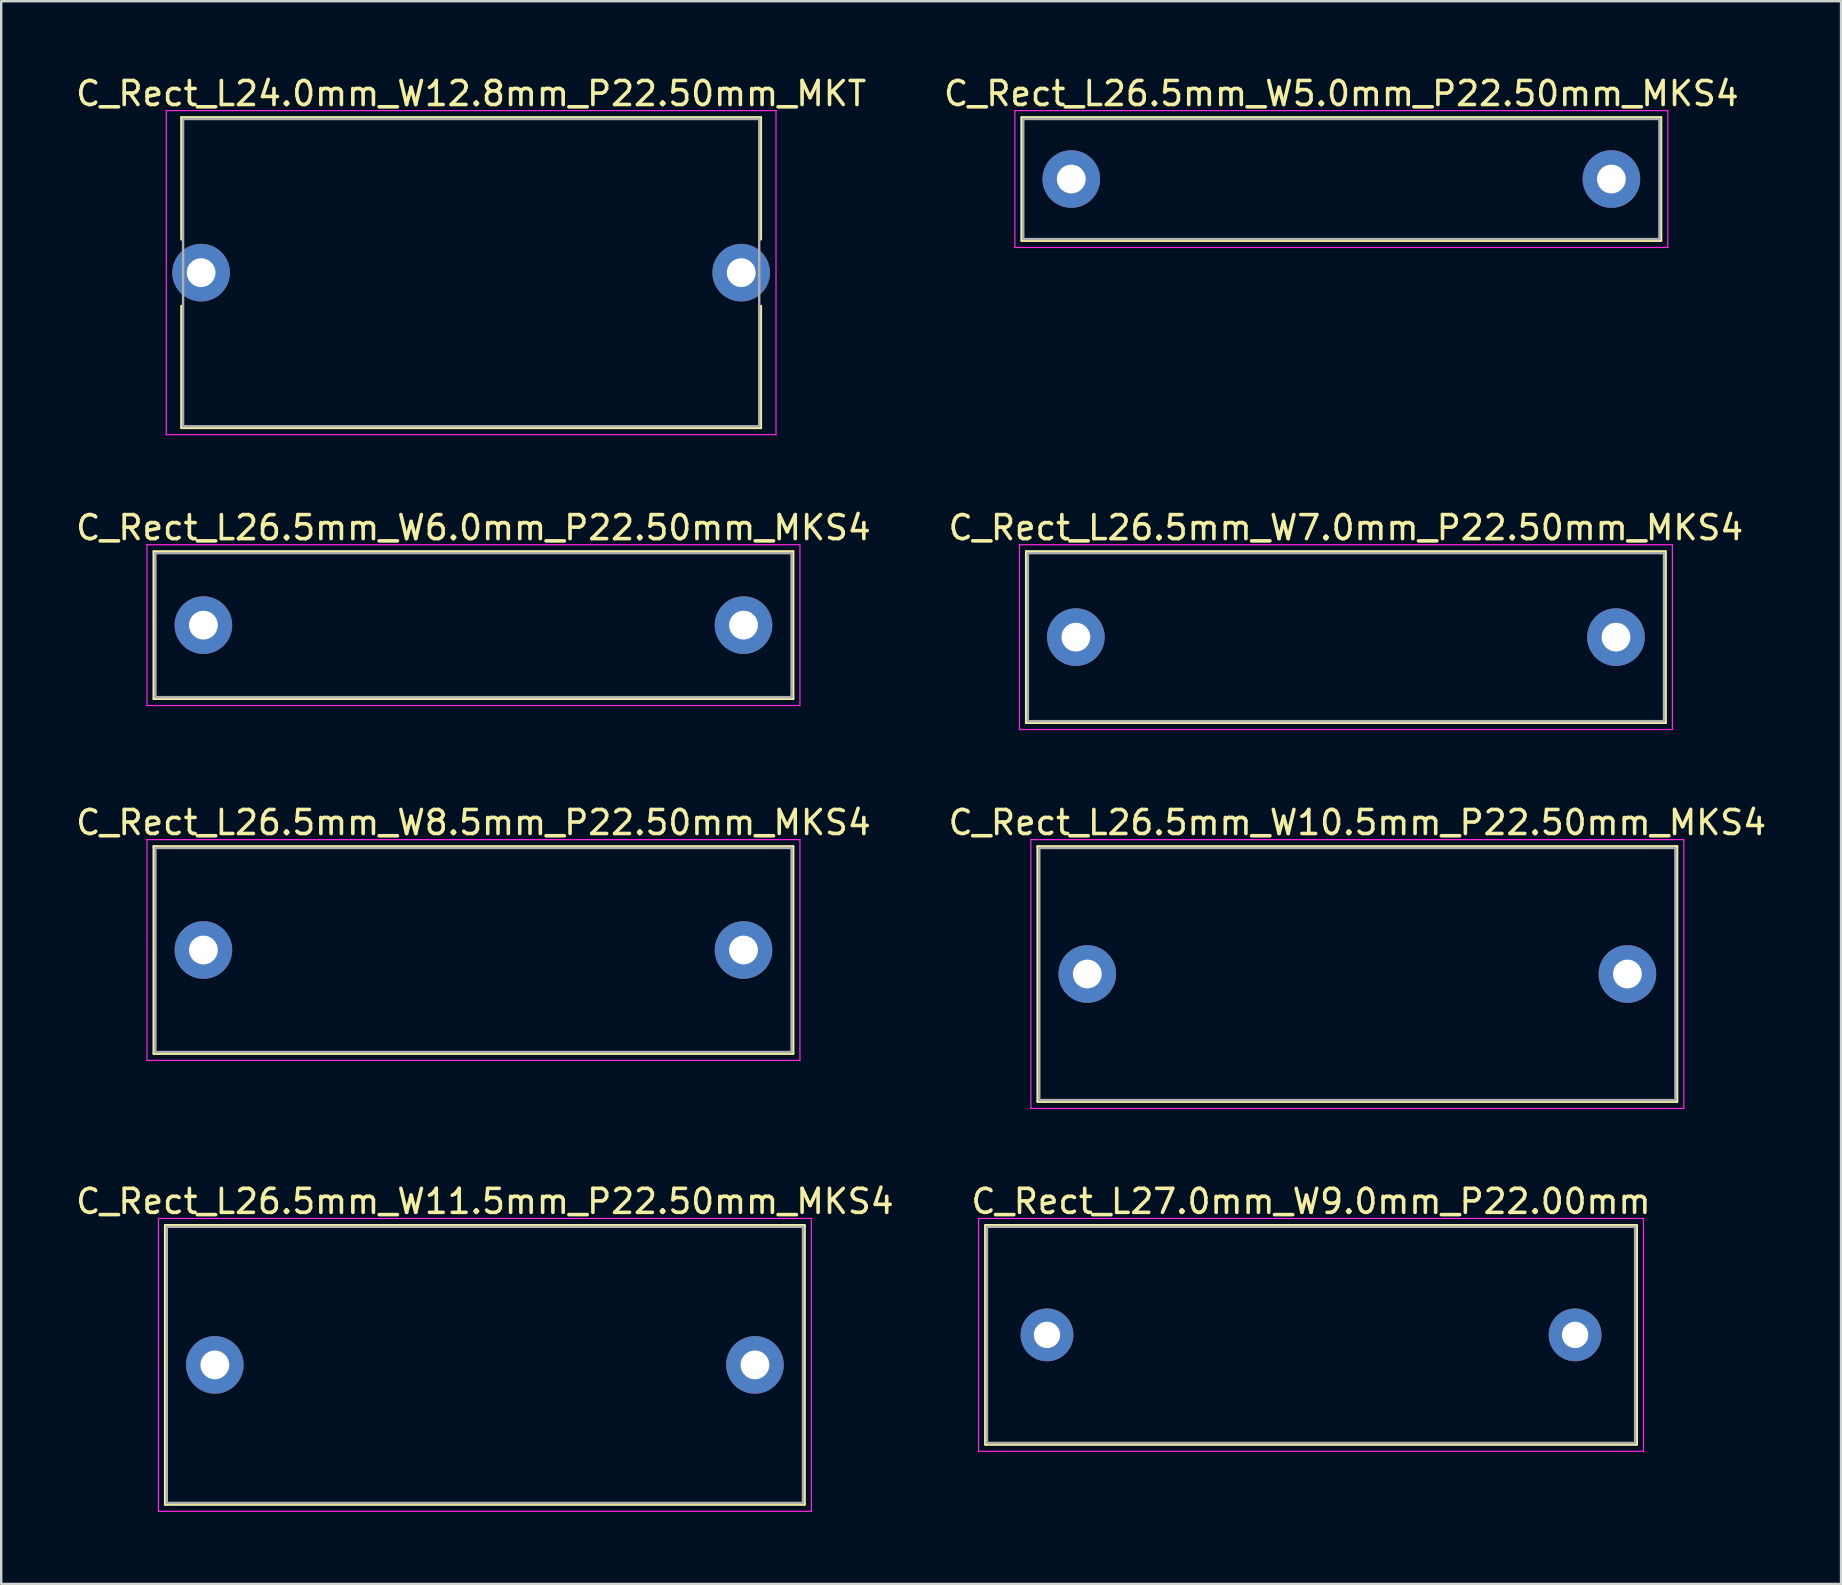
<source format=kicad_pcb>
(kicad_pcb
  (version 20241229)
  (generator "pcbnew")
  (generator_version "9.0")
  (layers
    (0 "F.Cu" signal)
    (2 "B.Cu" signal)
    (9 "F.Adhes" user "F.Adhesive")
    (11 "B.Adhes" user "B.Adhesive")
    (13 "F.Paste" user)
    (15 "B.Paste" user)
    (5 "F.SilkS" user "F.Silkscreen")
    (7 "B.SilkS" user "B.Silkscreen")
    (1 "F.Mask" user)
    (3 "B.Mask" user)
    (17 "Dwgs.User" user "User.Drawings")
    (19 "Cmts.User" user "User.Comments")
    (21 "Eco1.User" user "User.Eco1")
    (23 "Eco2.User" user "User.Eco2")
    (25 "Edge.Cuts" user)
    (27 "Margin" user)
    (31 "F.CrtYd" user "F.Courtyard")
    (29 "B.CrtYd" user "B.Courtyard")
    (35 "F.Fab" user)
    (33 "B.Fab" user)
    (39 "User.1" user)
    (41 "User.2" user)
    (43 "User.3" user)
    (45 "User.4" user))
  (footprint "C_Rect_L26.5mm_W5.0mm_P22.50mm_MKS4"
    (layer "F.Cu")
    (at 41.577 4.408)
    (property "Reference" "C_Rect_L26.5mm_W5.0mm_P22.50mm_MKS4" (at 11.25 -3.56 0) (layer "F.SilkS") (effects (font (size 1 1) (thickness 0.15))))
    (attr through_hole)
    (fp_line (start -2.06 -2.56) (end -2.06 2.56) (stroke (width 0.12) (type solid)) (layer "F.SilkS"))
    (fp_line (start -2.06 -2.56) (end 24.56 -2.56) (stroke (width 0.12) (type solid)) (layer "F.SilkS"))
    (fp_line (start -2.06 2.56) (end 24.56 2.56) (stroke (width 0.12) (type solid)) (layer "F.SilkS"))
    (fp_line (start 24.56 -2.56) (end 24.56 2.56) (stroke (width 0.12) (type solid)) (layer "F.SilkS"))
    (fp_line (start -2.35 -2.85) (end -2.35 2.85) (stroke (width 0.05) (type solid)) (layer "F.CrtYd"))
    (fp_line (start -2.35 2.85) (end 24.85 2.85) (stroke (width 0.05) (type solid)) (layer "F.CrtYd"))
    (fp_line (start 24.85 -2.85) (end -2.35 -2.85) (stroke (width 0.05) (type solid)) (layer "F.CrtYd"))
    (fp_line (start 24.85 2.85) (end 24.85 -2.85) (stroke (width 0.05) (type solid)) (layer "F.CrtYd"))
    (fp_line (start -2 -2.5) (end -2 2.5) (stroke (width 0.1) (type solid)) (layer "F.Fab"))
    (fp_line (start -2 2.5) (end 24.5 2.5) (stroke (width 0.1) (type solid)) (layer "F.Fab"))
    (fp_line (start 24.5 -2.5) (end -2 -2.5) (stroke (width 0.1) (type solid)) (layer "F.Fab"))
    (fp_line (start 24.5 2.5) (end 24.5 -2.5) (stroke (width 0.1) (type solid)) (layer "F.Fab"))
    (pad "1" thru_hole circle (at 0 0) (size 2.4 2.4) (drill 1.2) (layers "*.Cu" "*.Mask"))
    (pad "2" thru_hole circle (at 22.5 0) (size 2.4 2.4) (drill 1.2) (layers "*.Cu" "*.Mask")))
  (footprint "C_Rect_L26.5mm_W8.5mm_P22.50mm_MKS4"
    (layer "F.Cu")
    (at 5.423 36.525)
    (property "Reference" "C_Rect_L26.5mm_W8.5mm_P22.50mm_MKS4" (at 11.25 -5.31 0) (layer "F.SilkS") (effects (font (size 1 1) (thickness 0.15))))
    (attr through_hole)
    (fp_line (start -2.06 -4.31) (end -2.06 4.31) (stroke (width 0.12) (type solid)) (layer "F.SilkS"))
    (fp_line (start -2.06 -4.31) (end 24.56 -4.31) (stroke (width 0.12) (type solid)) (layer "F.SilkS"))
    (fp_line (start -2.06 4.31) (end 24.56 4.31) (stroke (width 0.12) (type solid)) (layer "F.SilkS"))
    (fp_line (start 24.56 -4.31) (end 24.56 4.31) (stroke (width 0.12) (type solid)) (layer "F.SilkS"))
    (fp_line (start -2.35 -4.6) (end -2.35 4.6) (stroke (width 0.05) (type solid)) (layer "F.CrtYd"))
    (fp_line (start -2.35 4.6) (end 24.85 4.6) (stroke (width 0.05) (type solid)) (layer "F.CrtYd"))
    (fp_line (start 24.85 -4.6) (end -2.35 -4.6) (stroke (width 0.05) (type solid)) (layer "F.CrtYd"))
    (fp_line (start 24.85 4.6) (end 24.85 -4.6) (stroke (width 0.05) (type solid)) (layer "F.CrtYd"))
    (fp_line (start -2 -4.25) (end -2 4.25) (stroke (width 0.1) (type solid)) (layer "F.Fab"))
    (fp_line (start -2 4.25) (end 24.5 4.25) (stroke (width 0.1) (type solid)) (layer "F.Fab"))
    (fp_line (start 24.5 -4.25) (end -2 -4.25) (stroke (width 0.1) (type solid)) (layer "F.Fab"))
    (fp_line (start 24.5 4.25) (end 24.5 -4.25) (stroke (width 0.1) (type solid)) (layer "F.Fab"))
    (pad "1" thru_hole circle (at 0 0) (size 2.4 2.4) (drill 1.2) (layers "*.Cu" "*.Mask"))
    (pad "2" thru_hole circle (at 22.5 0) (size 2.4 2.4) (drill 1.2) (layers "*.Cu" "*.Mask")))
  (footprint "C_Rect_L26.5mm_W10.5mm_P22.50mm_MKS4"
    (layer "F.Cu")
    (at 42.244 37.525)
    (property "Reference" "C_Rect_L26.5mm_W10.5mm_P22.50mm_MKS4" (at 11.25 -6.31 0) (layer "F.SilkS") (effects (font (size 1 1) (thickness 0.15))))
    (attr through_hole)
    (fp_line (start -2.06 -5.31) (end -2.06 5.31) (stroke (width 0.12) (type solid)) (layer "F.SilkS"))
    (fp_line (start -2.06 -5.31) (end 24.56 -5.31) (stroke (width 0.12) (type solid)) (layer "F.SilkS"))
    (fp_line (start -2.06 5.31) (end 24.56 5.31) (stroke (width 0.12) (type solid)) (layer "F.SilkS"))
    (fp_line (start 24.56 -5.31) (end 24.56 5.31) (stroke (width 0.12) (type solid)) (layer "F.SilkS"))
    (fp_line (start -2.35 -5.6) (end -2.35 5.6) (stroke (width 0.05) (type solid)) (layer "F.CrtYd"))
    (fp_line (start -2.35 5.6) (end 24.85 5.6) (stroke (width 0.05) (type solid)) (layer "F.CrtYd"))
    (fp_line (start 24.85 -5.6) (end -2.35 -5.6) (stroke (width 0.05) (type solid)) (layer "F.CrtYd"))
    (fp_line (start 24.85 5.6) (end 24.85 -5.6) (stroke (width 0.05) (type solid)) (layer "F.CrtYd"))
    (fp_line (start -2 -5.25) (end -2 5.25) (stroke (width 0.1) (type solid)) (layer "F.Fab"))
    (fp_line (start -2 5.25) (end 24.5 5.25) (stroke (width 0.1) (type solid)) (layer "F.Fab"))
    (fp_line (start 24.5 -5.25) (end -2 -5.25) (stroke (width 0.1) (type solid)) (layer "F.Fab"))
    (fp_line (start 24.5 5.25) (end 24.5 -5.25) (stroke (width 0.1) (type solid)) (layer "F.Fab"))
    (pad "1" thru_hole circle (at 0 0) (size 2.4 2.4) (drill 1.2) (layers "*.Cu" "*.Mask"))
    (pad "2" thru_hole circle (at 22.5 0) (size 2.4 2.4) (drill 1.2) (layers "*.Cu" "*.Mask")))
  (footprint "C_Rect_L26.5mm_W6.0mm_P22.50mm_MKS4"
    (layer "F.Cu")
    (at 5.423 22.991)
    (property "Reference" "C_Rect_L26.5mm_W6.0mm_P22.50mm_MKS4" (at 11.25 -4.06 0) (layer "F.SilkS") (effects (font (size 1 1) (thickness 0.15))))
    (attr through_hole)
    (fp_line (start -2.06 -3.06) (end -2.06 3.06) (stroke (width 0.12) (type solid)) (layer "F.SilkS"))
    (fp_line (start -2.06 -3.06) (end 24.56 -3.06) (stroke (width 0.12) (type solid)) (layer "F.SilkS"))
    (fp_line (start -2.06 3.06) (end 24.56 3.06) (stroke (width 0.12) (type solid)) (layer "F.SilkS"))
    (fp_line (start 24.56 -3.06) (end 24.56 3.06) (stroke (width 0.12) (type solid)) (layer "F.SilkS"))
    (fp_line (start -2.35 -3.35) (end -2.35 3.35) (stroke (width 0.05) (type solid)) (layer "F.CrtYd"))
    (fp_line (start -2.35 3.35) (end 24.85 3.35) (stroke (width 0.05) (type solid)) (layer "F.CrtYd"))
    (fp_line (start 24.85 -3.35) (end -2.35 -3.35) (stroke (width 0.05) (type solid)) (layer "F.CrtYd"))
    (fp_line (start 24.85 3.35) (end 24.85 -3.35) (stroke (width 0.05) (type solid)) (layer "F.CrtYd"))
    (fp_line (start -2 -3) (end -2 3) (stroke (width 0.1) (type solid)) (layer "F.Fab"))
    (fp_line (start -2 3) (end 24.5 3) (stroke (width 0.1) (type solid)) (layer "F.Fab"))
    (fp_line (start 24.5 -3) (end -2 -3) (stroke (width 0.1) (type solid)) (layer "F.Fab"))
    (fp_line (start 24.5 3) (end 24.5 -3) (stroke (width 0.1) (type solid)) (layer "F.Fab"))
    (pad "1" thru_hole circle (at 0 0) (size 2.4 2.4) (drill 1.2) (layers "*.Cu" "*.Mask"))
    (pad "2" thru_hole circle (at 22.5 0) (size 2.4 2.4) (drill 1.2) (layers "*.Cu" "*.Mask")))
  (footprint "C_Rect_L26.5mm_W7.0mm_P22.50mm_MKS4"
    (layer "F.Cu")
    (at 41.768 23.491)
    (property "Reference" "C_Rect_L26.5mm_W7.0mm_P22.50mm_MKS4" (at 11.25 -4.56 0) (layer "F.SilkS") (effects (font (size 1 1) (thickness 0.15))))
    (attr through_hole)
    (fp_line (start -2.06 -3.56) (end -2.06 3.56) (stroke (width 0.12) (type solid)) (layer "F.SilkS"))
    (fp_line (start -2.06 -3.56) (end 24.56 -3.56) (stroke (width 0.12) (type solid)) (layer "F.SilkS"))
    (fp_line (start -2.06 3.56) (end 24.56 3.56) (stroke (width 0.12) (type solid)) (layer "F.SilkS"))
    (fp_line (start 24.56 -3.56) (end 24.56 3.56) (stroke (width 0.12) (type solid)) (layer "F.SilkS"))
    (fp_line (start -2.35 -3.85) (end -2.35 3.85) (stroke (width 0.05) (type solid)) (layer "F.CrtYd"))
    (fp_line (start -2.35 3.85) (end 24.85 3.85) (stroke (width 0.05) (type solid)) (layer "F.CrtYd"))
    (fp_line (start 24.85 -3.85) (end -2.35 -3.85) (stroke (width 0.05) (type solid)) (layer "F.CrtYd"))
    (fp_line (start 24.85 3.85) (end 24.85 -3.85) (stroke (width 0.05) (type solid)) (layer "F.CrtYd"))
    (fp_line (start -2 -3.5) (end -2 3.5) (stroke (width 0.1) (type solid)) (layer "F.Fab"))
    (fp_line (start -2 3.5) (end 24.5 3.5) (stroke (width 0.1) (type solid)) (layer "F.Fab"))
    (fp_line (start 24.5 -3.5) (end -2 -3.5) (stroke (width 0.1) (type solid)) (layer "F.Fab"))
    (fp_line (start 24.5 3.5) (end 24.5 -3.5) (stroke (width 0.1) (type solid)) (layer "F.Fab"))
    (pad "1" thru_hole circle (at 0 0) (size 2.4 2.4) (drill 1.2) (layers "*.Cu" "*.Mask"))
    (pad "2" thru_hole circle (at 22.5 0) (size 2.4 2.4) (drill 1.2) (layers "*.Cu" "*.Mask")))
  (footprint "C_Rect_L27.0mm_W9.0mm_P22.00mm"
    (layer "F.Cu")
    (at 40.565 52.558)
    (property "Reference" "C_Rect_L27.0mm_W9.0mm_P22.00mm" (at 11 -5.56 0) (layer "F.SilkS") (effects (font (size 1 1) (thickness 0.15))))
    (attr through_hole)
    (fp_line (start -2.56 -4.56) (end -2.56 4.56) (stroke (width 0.12) (type solid)) (layer "F.SilkS"))
    (fp_line (start -2.56 -4.56) (end 24.56 -4.56) (stroke (width 0.12) (type solid)) (layer "F.SilkS"))
    (fp_line (start -2.56 4.56) (end 24.56 4.56) (stroke (width 0.12) (type solid)) (layer "F.SilkS"))
    (fp_line (start 24.56 -4.56) (end 24.56 4.56) (stroke (width 0.12) (type solid)) (layer "F.SilkS"))
    (fp_line (start -2.85 -4.85) (end -2.85 4.85) (stroke (width 0.05) (type solid)) (layer "F.CrtYd"))
    (fp_line (start -2.85 4.85) (end 24.85 4.85) (stroke (width 0.05) (type solid)) (layer "F.CrtYd"))
    (fp_line (start 24.85 -4.85) (end -2.85 -4.85) (stroke (width 0.05) (type solid)) (layer "F.CrtYd"))
    (fp_line (start 24.85 4.85) (end 24.85 -4.85) (stroke (width 0.05) (type solid)) (layer "F.CrtYd"))
    (fp_line (start -2.5 -4.5) (end -2.5 4.5) (stroke (width 0.1) (type solid)) (layer "F.Fab"))
    (fp_line (start -2.5 4.5) (end 24.5 4.5) (stroke (width 0.1) (type solid)) (layer "F.Fab"))
    (fp_line (start 24.5 -4.5) (end -2.5 -4.5) (stroke (width 0.1) (type solid)) (layer "F.Fab"))
    (fp_line (start 24.5 4.5) (end 24.5 -4.5) (stroke (width 0.1) (type solid)) (layer "F.Fab"))
    (pad "1" thru_hole circle (at 0 0) (size 2.2 2.2) (drill 1.1) (layers "*.Cu" "*.Mask"))
    (pad "2" thru_hole circle (at 22 0) (size 2.2 2.2) (drill 1.1) (layers "*.Cu" "*.Mask")))
  (footprint "C_Rect_L26.5mm_W11.5mm_P22.50mm_MKS4"
    (layer "F.Cu")
    (at 5.899 53.808)
    (property "Reference" "C_Rect_L26.5mm_W11.5mm_P22.50mm_MKS4" (at 11.25 -6.81 0) (layer "F.SilkS") (effects (font (size 1 1) (thickness 0.15))))
    (attr through_hole)
    (fp_line (start -2.06 -5.81) (end -2.06 5.81) (stroke (width 0.12) (type solid)) (layer "F.SilkS"))
    (fp_line (start -2.06 -5.81) (end 24.56 -5.81) (stroke (width 0.12) (type solid)) (layer "F.SilkS"))
    (fp_line (start -2.06 5.81) (end 24.56 5.81) (stroke (width 0.12) (type solid)) (layer "F.SilkS"))
    (fp_line (start 24.56 -5.81) (end 24.56 5.81) (stroke (width 0.12) (type solid)) (layer "F.SilkS"))
    (fp_line (start -2.35 -6.1) (end -2.35 6.1) (stroke (width 0.05) (type solid)) (layer "F.CrtYd"))
    (fp_line (start -2.35 6.1) (end 24.85 6.1) (stroke (width 0.05) (type solid)) (layer "F.CrtYd"))
    (fp_line (start 24.85 -6.1) (end -2.35 -6.1) (stroke (width 0.05) (type solid)) (layer "F.CrtYd"))
    (fp_line (start 24.85 6.1) (end 24.85 -6.1) (stroke (width 0.05) (type solid)) (layer "F.CrtYd"))
    (fp_line (start -2 -5.75) (end -2 5.75) (stroke (width 0.1) (type solid)) (layer "F.Fab"))
    (fp_line (start -2 5.75) (end 24.5 5.75) (stroke (width 0.1) (type solid)) (layer "F.Fab"))
    (fp_line (start 24.5 -5.75) (end -2 -5.75) (stroke (width 0.1) (type solid)) (layer "F.Fab"))
    (fp_line (start 24.5 5.75) (end 24.5 -5.75) (stroke (width 0.1) (type solid)) (layer "F.Fab"))
    (pad "1" thru_hole circle (at 0 0) (size 2.4 2.4) (drill 1.2) (layers "*.Cu" "*.Mask"))
    (pad "2" thru_hole circle (at 22.5 0) (size 2.4 2.4) (drill 1.2) (layers "*.Cu" "*.Mask")))
  (footprint "C_Rect_L24.0mm_W12.8mm_P22.50mm_MKT"
    (layer "F.Cu")
    (at 5.327 8.308)
    (property "Reference" "C_Rect_L24.0mm_W12.8mm_P22.50mm_MKT" (at 11.25 -7.46 0) (layer "F.SilkS") (effects (font (size 1 1) (thickness 0.15))))
    (attr through_hole)
    (fp_line (start -0.81 -6.46) (end -0.81 -1.395) (stroke (width 0.12) (type solid)) (layer "F.SilkS"))
    (fp_line (start -0.81 -6.46) (end 23.31 -6.46) (stroke (width 0.12) (type solid)) (layer "F.SilkS"))
    (fp_line (start -0.81 1.395) (end -0.81 6.46) (stroke (width 0.12) (type solid)) (layer "F.SilkS"))
    (fp_line (start -0.81 6.46) (end 23.31 6.46) (stroke (width 0.12) (type solid)) (layer "F.SilkS"))
    (fp_line (start 23.31 -6.46) (end 23.31 -1.395) (stroke (width 0.12) (type solid)) (layer "F.SilkS"))
    (fp_line (start 23.31 1.395) (end 23.31 6.46) (stroke (width 0.12) (type solid)) (layer "F.SilkS"))
    (fp_line (start -1.45 -6.75) (end -1.45 6.75) (stroke (width 0.05) (type solid)) (layer "F.CrtYd"))
    (fp_line (start -1.45 6.75) (end 23.95 6.75) (stroke (width 0.05) (type solid)) (layer "F.CrtYd"))
    (fp_line (start 23.95 -6.75) (end -1.45 -6.75) (stroke (width 0.05) (type solid)) (layer "F.CrtYd"))
    (fp_line (start 23.95 6.75) (end 23.95 -6.75) (stroke (width 0.05) (type solid)) (layer "F.CrtYd"))
    (fp_line (start -0.75 -6.4) (end -0.75 6.4) (stroke (width 0.1) (type solid)) (layer "F.Fab"))
    (fp_line (start -0.75 6.4) (end 23.25 6.4) (stroke (width 0.1) (type solid)) (layer "F.Fab"))
    (fp_line (start 23.25 -6.4) (end -0.75 -6.4) (stroke (width 0.1) (type solid)) (layer "F.Fab"))
    (fp_line (start 23.25 6.4) (end 23.25 -6.4) (stroke (width 0.1) (type solid)) (layer "F.Fab"))
    (pad "1" thru_hole circle (at 0 0) (size 2.4 2.4) (drill 1.2) (layers "*.Cu" "*.Mask"))
    (pad "2" thru_hole circle (at 22.5 0) (size 2.4 2.4) (drill 1.2) (layers "*.Cu" "*.Mask")))
  (gr_rect
    (start -3 -3)
    (end 73.643 62.933)
    (stroke (width 0.1) (type default))
    (fill no)
    (layer "Edge.Cuts")))
</source>
